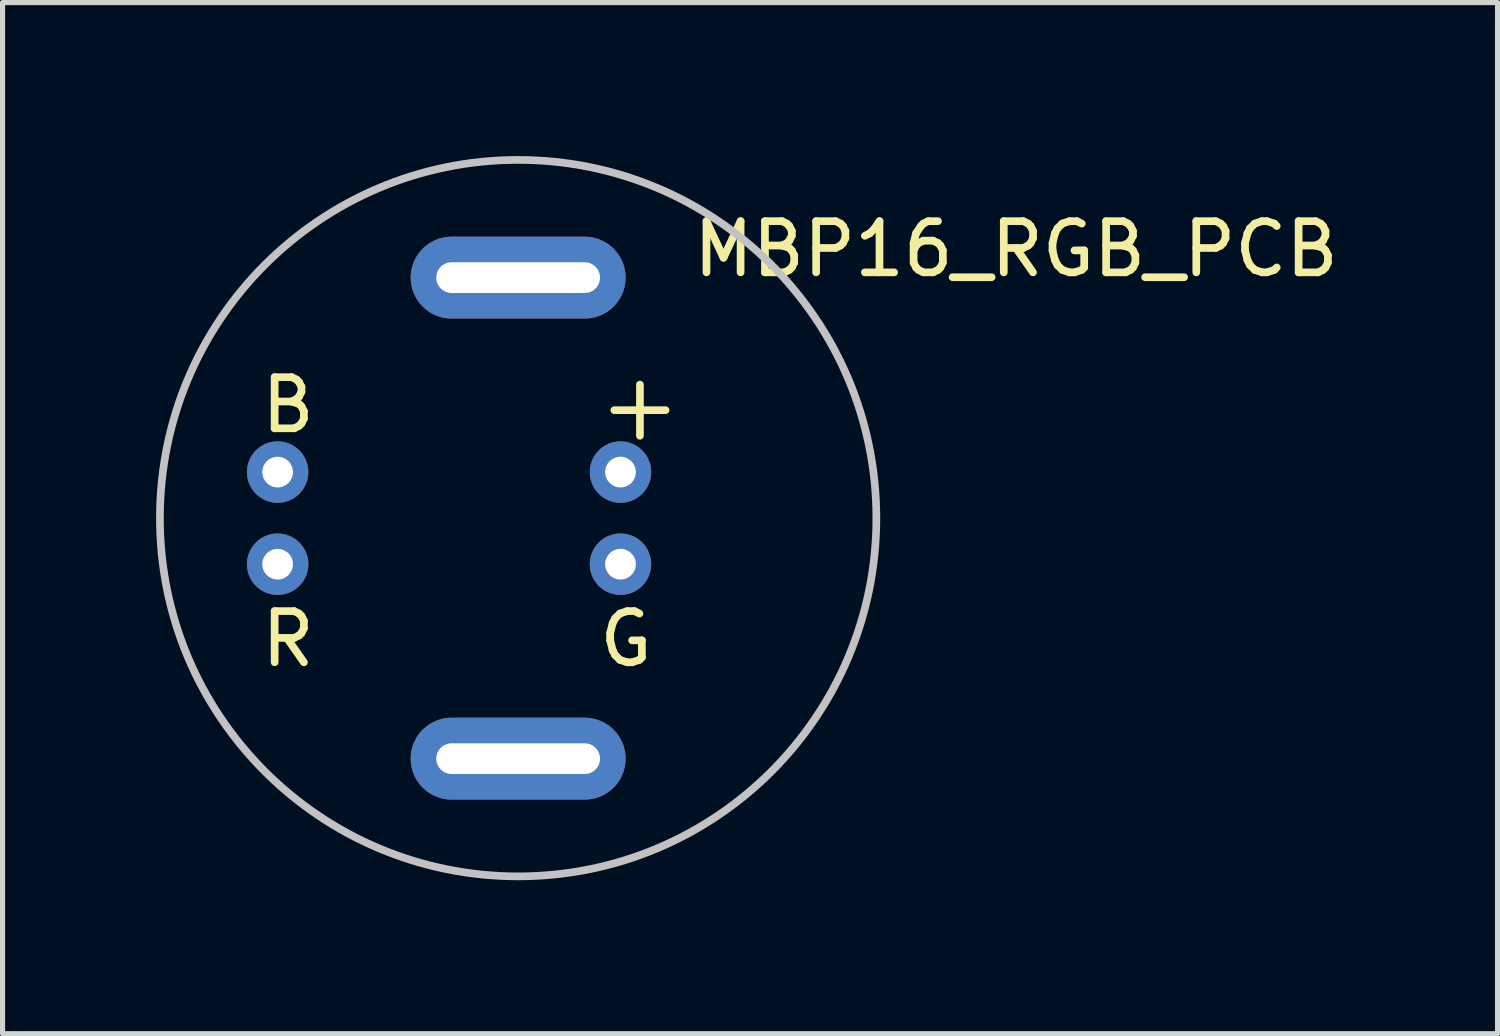
<source format=kicad_pcb>
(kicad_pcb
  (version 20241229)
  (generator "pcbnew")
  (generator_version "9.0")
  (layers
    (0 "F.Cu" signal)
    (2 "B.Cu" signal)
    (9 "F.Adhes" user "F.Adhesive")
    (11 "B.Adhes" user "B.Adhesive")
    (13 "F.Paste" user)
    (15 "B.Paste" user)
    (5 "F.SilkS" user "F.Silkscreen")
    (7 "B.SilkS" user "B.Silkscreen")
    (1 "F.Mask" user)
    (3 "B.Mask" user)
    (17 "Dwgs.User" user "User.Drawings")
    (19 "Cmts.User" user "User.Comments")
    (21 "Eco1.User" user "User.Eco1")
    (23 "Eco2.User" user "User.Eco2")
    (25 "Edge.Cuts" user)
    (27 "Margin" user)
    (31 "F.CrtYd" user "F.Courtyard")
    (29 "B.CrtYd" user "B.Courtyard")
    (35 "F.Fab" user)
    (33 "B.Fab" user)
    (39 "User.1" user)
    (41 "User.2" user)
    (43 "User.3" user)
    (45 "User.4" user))
  (footprint "MBP16_RGB_PCB"
    (layer "F.Cu")
    (at 7.075 7.075)
    (property "Reference" "MBP16_RGB_PCB" (at 9.728 -5.258 0) (layer "F.SilkS") (effects (font (size 1 1) (thickness 0.15))))
    (attr through_hole)
    (fp_line (start 1.88 -2.11) (end 2.88 -2.11) (stroke (width 0.15) (type solid)) (layer "F.SilkS"))
    (fp_line (start 2.38 -1.61) (end 2.38 -2.61) (stroke (width 0.15) (type solid)) (layer "F.SilkS"))
    (fp_circle (center 0 0) (end 7 0) (stroke (width 0.15) (type solid)) (fill no) (layer "Dwgs.User"))
    (fp_text user "R" (at -4.496 2.362 0) (layer "F.SilkS") (effects (font (size 1 1) (thickness 0.15))))
    (fp_text user "G" (at 2.108 2.362 0) (layer "F.SilkS") (effects (font (size 1 1) (thickness 0.15))))
    (fp_text user "B" (at -4.496 -2.21 0) (layer "F.SilkS") (effects (font (size 1 1) (thickness 0.15))))
    (pad "1" thru_hole oval (at 0 4.7) (size 4.2 1.6) (drill oval 3.2 0.6) (layers "*.Cu" "*.Mask"))
    (pad "2" thru_hole oval (at 0 -4.7) (size 4.2 1.6) (drill oval 3.2 0.6) (layers "*.Cu" "*.Mask"))
    (pad "3" thru_hole circle (at 2 -0.9) (size 1.2 1.2) (drill 0.6) (layers "*.Cu" "*.Mask"))
    (pad "4" thru_hole circle (at -4.7 0.9) (size 1.2 1.2) (drill 0.6) (layers "*.Cu" "*.Mask"))
    (pad "5" thru_hole circle (at 2 0.9) (size 1.2 1.2) (drill 0.6) (layers "*.Cu" "*.Mask"))
    (pad "6" thru_hole circle (at -4.7 -0.9) (size 1.2 1.2) (drill 0.6) (layers "*.Cu" "*.Mask")))
  (gr_rect
    (start -3 -3)
    (end 26.214 17.15)
    (stroke (width 0.1) (type default))
    (fill no)
    (layer "Edge.Cuts")))
</source>
